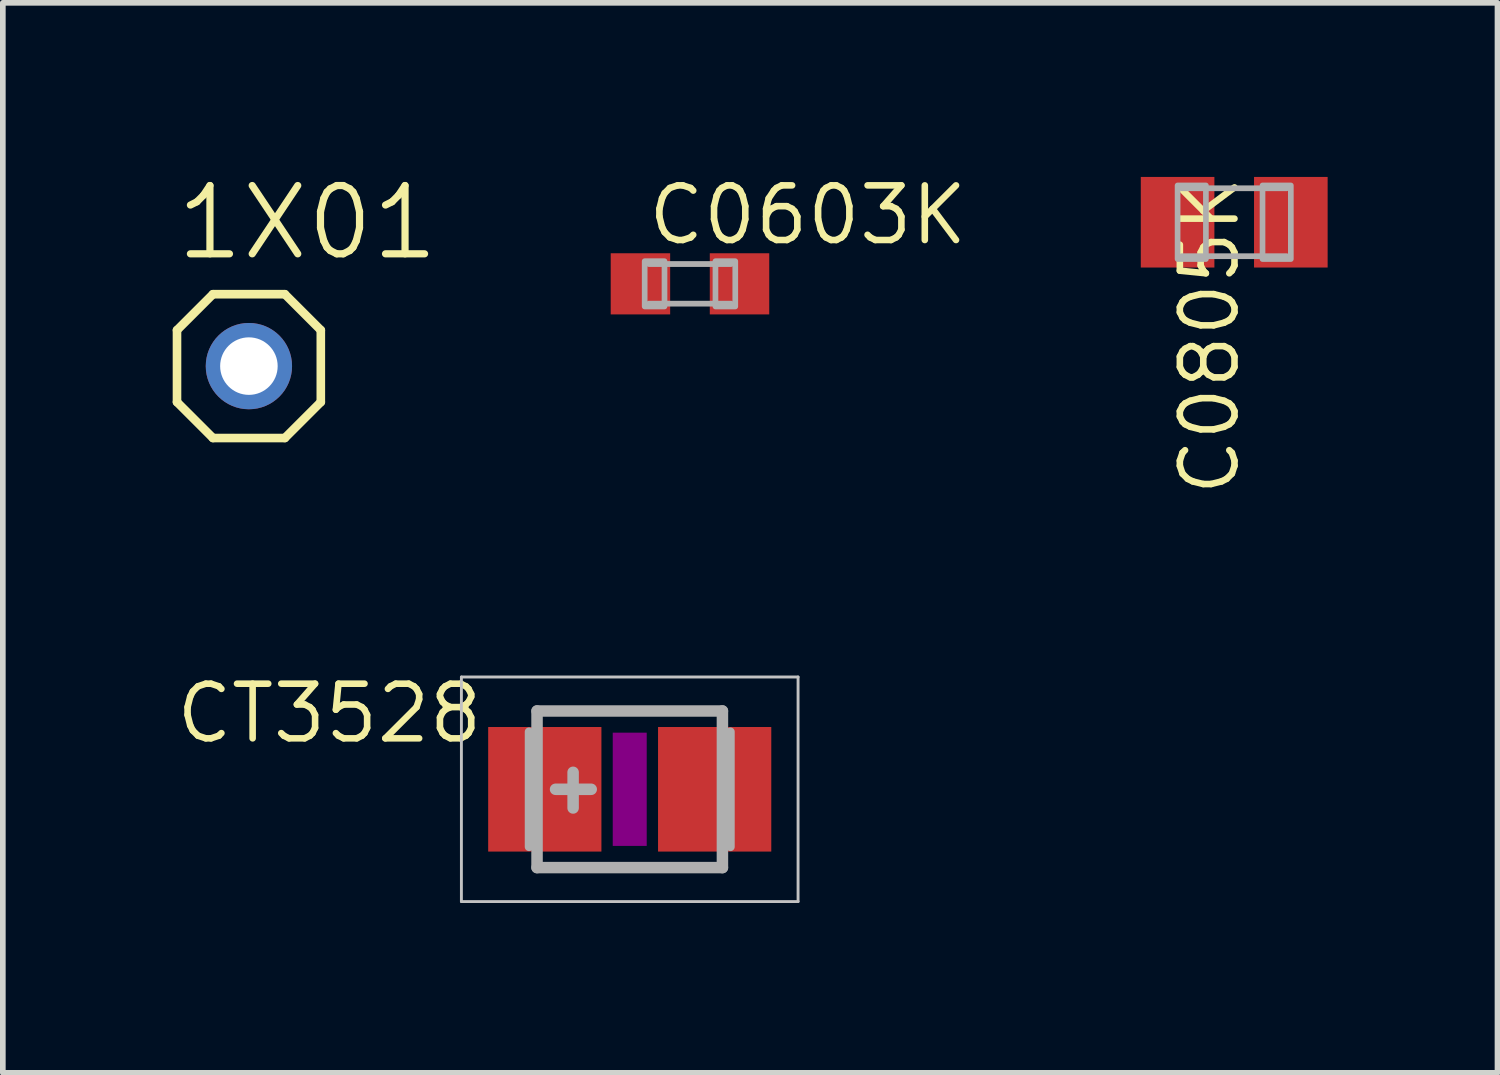
<source format=kicad_pcb>
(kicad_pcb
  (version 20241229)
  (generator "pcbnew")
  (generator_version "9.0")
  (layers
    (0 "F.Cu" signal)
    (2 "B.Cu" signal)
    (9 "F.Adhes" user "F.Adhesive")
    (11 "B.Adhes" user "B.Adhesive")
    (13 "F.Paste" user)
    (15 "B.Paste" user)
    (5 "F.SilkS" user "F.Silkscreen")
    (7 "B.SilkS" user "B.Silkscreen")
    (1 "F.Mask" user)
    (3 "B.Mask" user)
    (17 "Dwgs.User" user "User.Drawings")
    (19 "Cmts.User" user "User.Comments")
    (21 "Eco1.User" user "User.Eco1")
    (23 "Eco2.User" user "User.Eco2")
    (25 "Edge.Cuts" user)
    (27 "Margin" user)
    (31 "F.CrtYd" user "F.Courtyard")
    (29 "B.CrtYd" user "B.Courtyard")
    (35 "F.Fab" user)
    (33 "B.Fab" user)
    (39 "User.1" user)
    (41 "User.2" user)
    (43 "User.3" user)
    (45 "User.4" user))
  (footprint "1X01"
    (layer "F.Cu")
    (at 1.346 3.416)
    (property "Reference" "1X01" (at -1.346 -1.829 0) (layer "F.SilkS") (effects (font (size 1.206 1.206) (thickness 0.127)) (justify left bottom)))
    (attr through_hole)
    (fp_line (start -1.27 -0.635) (end -1.27 0.635) (stroke (width 0.152) (type solid)) (layer "F.SilkS"))
    (fp_line (start -1.27 0.635) (end -0.635 1.27) (stroke (width 0.152) (type solid)) (layer "F.SilkS"))
    (fp_line (start -0.635 -1.27) (end -1.27 -0.635) (stroke (width 0.152) (type solid)) (layer "F.SilkS"))
    (fp_line (start -0.635 -1.27) (end 0.635 -1.27) (stroke (width 0.152) (type solid)) (layer "F.SilkS"))
    (fp_line (start 0.635 -1.27) (end 1.27 -0.635) (stroke (width 0.152) (type solid)) (layer "F.SilkS"))
    (fp_line (start 0.635 1.27) (end -0.635 1.27) (stroke (width 0.152) (type solid)) (layer "F.SilkS"))
    (fp_line (start 1.27 -0.635) (end 1.27 0.635) (stroke (width 0.152) (type solid)) (layer "F.SilkS"))
    (fp_line (start 1.27 0.635) (end 0.635 1.27) (stroke (width 0.152) (type solid)) (layer "F.SilkS"))
    (fp_poly (pts (xy -0.254 0.254) (xy 0.254 0.254) (xy 0.254 -0.254) (xy -0.254 -0.254)) (stroke (width 0.1) (type solid)) (fill no) (layer "F.Fab"))
    (pad "1" thru_hole circle (at 0 0) (size 1.524 1.524) (drill 1.016) (layers "*.Cu" "*.Mask")))
  (footprint "C0603K"
    (layer "F.Cu")
    (at 9.136 1.963)
    (property "Reference" "C0603K" (at -0.8 -0.65 0) (layer "F.SilkS") (effects (font (size 0.965 0.965) (thickness 0.116)) (justify left bottom)))
    (attr through_hole)
    (fp_line (start -0.725 -0.35) (end 0.725 -0.35) (stroke (width 0.102) (type solid)) (layer "F.Fab"))
    (fp_line (start 0.725 0.35) (end -0.725 0.35) (stroke (width 0.102) (type solid)) (layer "F.Fab"))
    (fp_poly (pts (xy -0.8 0.4) (xy -0.45 0.4) (xy -0.45 -0.4) (xy -0.8 -0.4)) (stroke (width 0.1) (type solid)) (fill no) (layer "F.Fab"))
    (fp_poly (pts (xy 0.45 0.4) (xy 0.8 0.4) (xy 0.8 -0.4) (xy 0.45 -0.4)) (stroke (width 0.1) (type solid)) (fill no) (layer "F.Fab"))
    (pad "1" smd rect (at -0.875 0) (size 1.05 1.08) (layers "F.Cu" "F.Mask" "F.Paste"))
    (pad "2" smd rect (at 0.875 0) (size 1.05 1.08) (layers "F.Cu" "F.Mask" "F.Paste")))
  (footprint "CT3528"
    (layer "F.Cu")
    (at 8.072 10.89)
    (property "Reference" "CT3528" (at -2.54 -1.905 0) (layer "F.SilkS") (effects (font (size 0.965 0.965) (thickness 0.116)) (justify right top)))
    (attr through_hole)
    (fp_poly (pts (xy -0.3 1) (xy 0.3 1) (xy 0.3 -1) (xy -0.3 -1)) (stroke (width 0) (type solid)) (fill yes) (layer "F.Adhes"))
    (fp_line (start -2.973 -1.983) (end 2.973 -1.983) (stroke (width 0.051) (type solid)) (layer "Dwgs.User"))
    (fp_line (start -2.973 1.983) (end -2.973 -1.983) (stroke (width 0.051) (type solid)) (layer "Dwgs.User"))
    (fp_line (start 2.973 -1.983) (end 2.973 1.983) (stroke (width 0.051) (type solid)) (layer "Dwgs.User"))
    (fp_line (start 2.973 1.983) (end -2.973 1.983) (stroke (width 0.051) (type solid)) (layer "Dwgs.User"))
    (fp_line (start -1.778 -1.016) (end -1.778 1.016) (stroke (width 0.152) (type solid)) (layer "F.Fab"))
    (fp_line (start -1.637 1.383) (end -1.637 -1.383) (stroke (width 0.203) (type solid)) (layer "F.Fab"))
    (fp_line (start -1 -0.3) (end -1 0.33) (stroke (width 0.203) (type solid)) (layer "F.Fab"))
    (fp_line (start -0.68 0) (end -1.31 0) (stroke (width 0.203) (type solid)) (layer "F.Fab"))
    (fp_line (start 1.637 -1.383) (end -1.637 -1.383) (stroke (width 0.203) (type solid)) (layer "F.Fab"))
    (fp_line (start 1.637 1.383) (end -1.637 1.383) (stroke (width 0.203) (type solid)) (layer "F.Fab"))
    (fp_line (start 1.637 1.383) (end 1.637 -1.383) (stroke (width 0.203) (type solid)) (layer "F.Fab"))
    (fp_line (start 1.778 -1.016) (end 1.778 1.016) (stroke (width 0.152) (type solid)) (layer "F.Fab"))
    (pad "+" smd rect (at -1.5 0) (size 2 2.2) (layers "F.Cu" "F.Mask" "F.Paste"))
    (pad "-" smd rect (at 1.5 0) (size 2 2.2) (layers "F.Cu" "F.Mask" "F.Paste")))
  (footprint "C0805K"
    (layer "F.Cu")
    (at 18.748 0.875)
    (property "Reference" "C0805K" (at -1 -0.875 270) (layer "F.SilkS") (effects (font (size 0.965 0.965) (thickness 0.116)) (justify right top)))
    (attr through_hole)
    (fp_line (start -0.925 -0.6) (end 0.925 -0.6) (stroke (width 0.102) (type solid)) (layer "F.Fab"))
    (fp_line (start 0.925 0.6) (end -0.925 0.6) (stroke (width 0.102) (type solid)) (layer "F.Fab"))
    (fp_poly (pts (xy -1 0.65) (xy -0.5 0.65) (xy -0.5 -0.65) (xy -1 -0.65)) (stroke (width 0.1) (type solid)) (fill no) (layer "F.Fab"))
    (fp_poly (pts (xy 0.5 0.65) (xy 1 0.65) (xy 1 -0.65) (xy 0.5 -0.65)) (stroke (width 0.1) (type solid)) (fill no) (layer "F.Fab"))
    (pad "1" smd rect (at -1 0) (size 1.3 1.6) (layers "F.Cu" "F.Mask" "F.Paste"))
    (pad "2" smd rect (at 1 0) (size 1.3 1.6) (layers "F.Cu" "F.Mask" "F.Paste")))
  (gr_rect
    (start -3 -3)
    (end 23.398 15.898)
    (stroke (width 0.1) (type default))
    (fill no)
    (layer "Edge.Cuts")))
</source>
